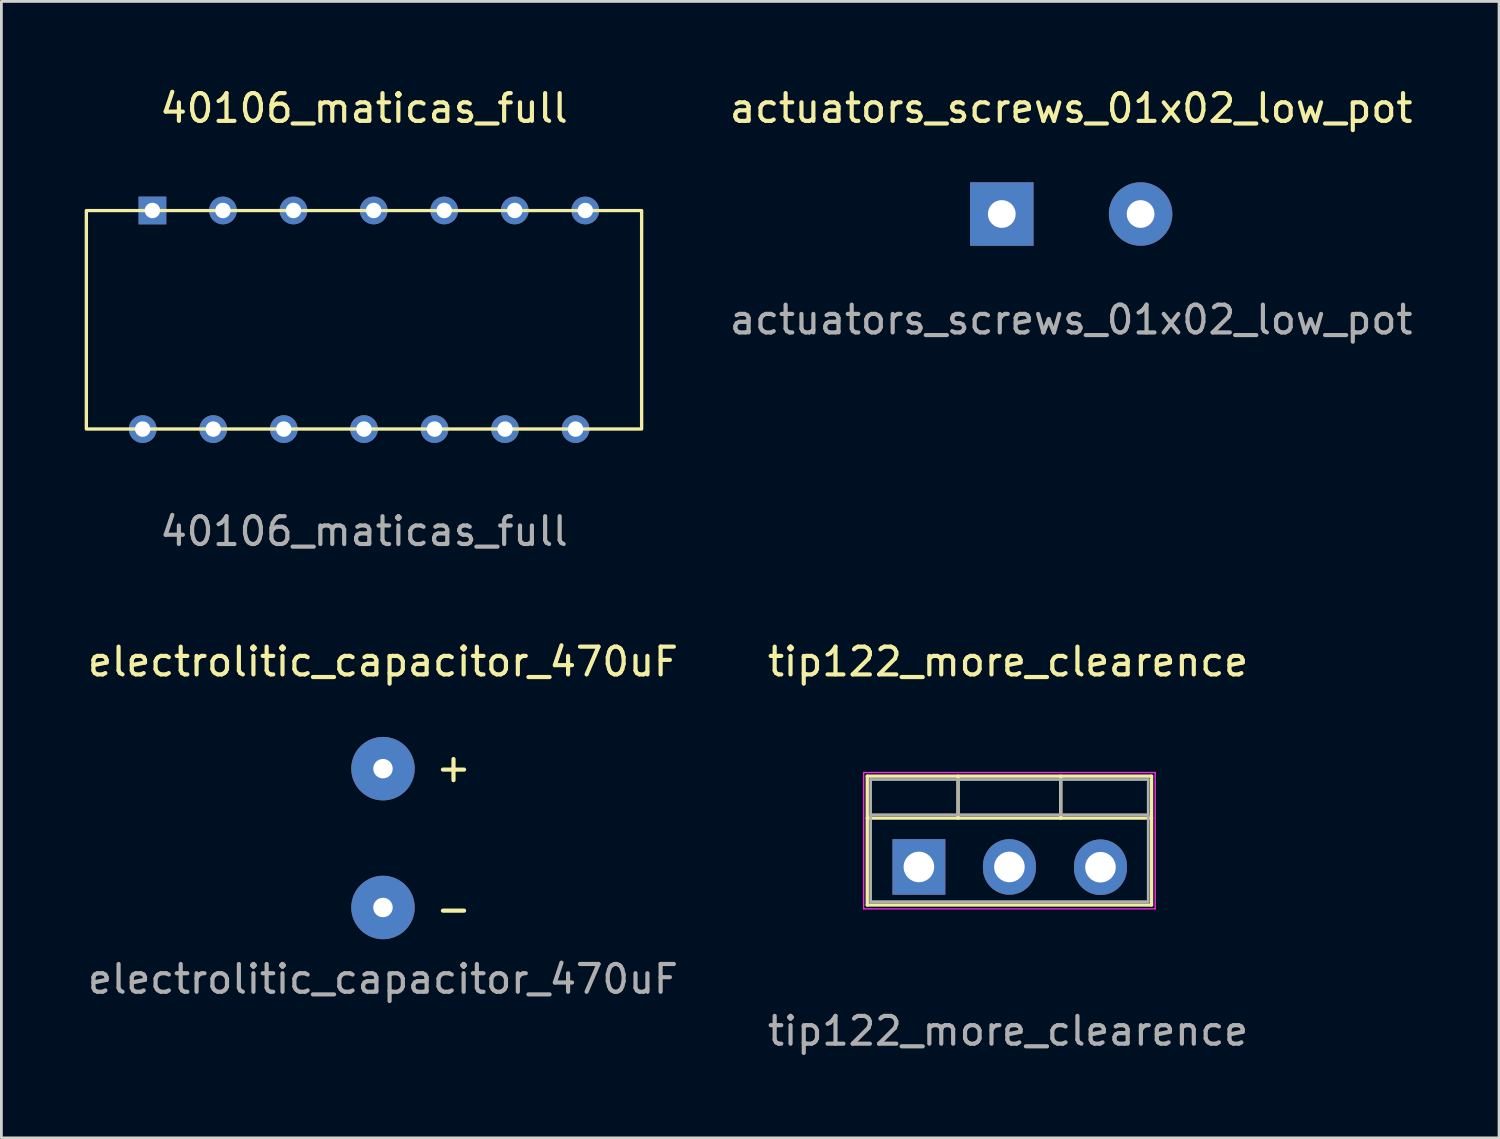
<source format=kicad_pcb>
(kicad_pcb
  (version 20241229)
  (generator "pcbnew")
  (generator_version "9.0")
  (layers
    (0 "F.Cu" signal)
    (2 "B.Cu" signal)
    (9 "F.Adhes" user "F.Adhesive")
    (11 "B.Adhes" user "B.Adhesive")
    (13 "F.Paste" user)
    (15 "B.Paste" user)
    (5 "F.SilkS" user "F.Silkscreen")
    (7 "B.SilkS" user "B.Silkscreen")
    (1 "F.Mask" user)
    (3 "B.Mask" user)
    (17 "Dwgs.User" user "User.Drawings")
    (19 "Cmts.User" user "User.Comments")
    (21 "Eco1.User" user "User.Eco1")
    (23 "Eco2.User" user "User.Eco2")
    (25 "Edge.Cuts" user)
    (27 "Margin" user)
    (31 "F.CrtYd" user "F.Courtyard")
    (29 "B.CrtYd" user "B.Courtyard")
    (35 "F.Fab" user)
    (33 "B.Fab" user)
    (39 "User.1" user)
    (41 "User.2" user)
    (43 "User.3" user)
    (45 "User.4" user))
  (footprint "tip122_more_clearence"
    (layer "F.Cu")
    (at 33.256 27.385)
    (property "Reference" "tip122_more_clearence" (at 0 -6.6 0) (unlocked yes) (layer "F.SilkS") (effects (font (size 1 1) (thickness 0.15))))
    (attr smd)
    (fp_line (start -5.07 -2.48) (end -5.07 2.161) (stroke (width 0.12) (type solid)) (layer "F.SilkS"))
    (fp_line (start -5.07 -2.48) (end 5.17 -2.48) (stroke (width 0.12) (type solid)) (layer "F.SilkS"))
    (fp_line (start -5.07 -0.97) (end 5.17 -0.97) (stroke (width 0.12) (type solid)) (layer "F.SilkS"))
    (fp_line (start -5.07 2.161) (end 5.17 2.161) (stroke (width 0.12) (type solid)) (layer "F.SilkS"))
    (fp_line (start -1.8 -2.48) (end -1.8 -0.97) (stroke (width 0.12) (type solid)) (layer "F.SilkS"))
    (fp_line (start 1.901 -2.48) (end 1.901 -0.97) (stroke (width 0.12) (type solid)) (layer "F.SilkS"))
    (fp_line (start 5.17 -2.48) (end 5.17 2.161) (stroke (width 0.12) (type solid)) (layer "F.SilkS"))
    (fp_line (start -5.2 -2.61) (end -5.2 2.3) (stroke (width 0.05) (type solid)) (layer "F.CrtYd"))
    (fp_line (start -5.2 2.3) (end 5.3 2.3) (stroke (width 0.05) (type solid)) (layer "F.CrtYd"))
    (fp_line (start 5.3 -2.61) (end -5.2 -2.61) (stroke (width 0.05) (type solid)) (layer "F.CrtYd"))
    (fp_line (start 5.3 2.3) (end 5.3 -2.61) (stroke (width 0.05) (type solid)) (layer "F.CrtYd"))
    (fp_line (start -4.95 -2.36) (end -4.95 2.04) (stroke (width 0.1) (type solid)) (layer "F.Fab"))
    (fp_line (start -4.95 -1.09) (end 5.05 -1.09) (stroke (width 0.1) (type solid)) (layer "F.Fab"))
    (fp_line (start -4.95 2.04) (end 5.05 2.04) (stroke (width 0.1) (type solid)) (layer "F.Fab"))
    (fp_line (start -1.8 -2.36) (end -1.8 -1.09) (stroke (width 0.1) (type solid)) (layer "F.Fab"))
    (fp_line (start 1.9 -2.36) (end 1.9 -1.09) (stroke (width 0.1) (type solid)) (layer "F.Fab"))
    (fp_line (start 5.05 -2.36) (end -4.95 -2.36) (stroke (width 0.1) (type solid)) (layer "F.Fab"))
    (fp_line (start 5.05 2.04) (end 5.05 -2.36) (stroke (width 0.1) (type solid)) (layer "F.Fab"))
    (fp_text user "${REFERENCE}" (at 0 6.7 0) (unlocked yes) (layer "F.Fab") (effects (font (size 1 1) (thickness 0.15))))
    (pad "1" thru_hole rect (at -3.21 0.79) (size 1.905 2) (drill 1.1) (layers "*.Cu" "*.Mask"))
    (pad "2" thru_hole oval (at 0.05 0.79) (size 1.905 2) (drill 1.1) (layers "*.Cu" "*.Mask"))
    (pad "3" thru_hole oval (at 3.33 0.8) (size 1.905 2) (drill 1.1) (layers "*.Cu" "*.Mask")))
  (footprint "40106_maticas_full"
    (layer "F.Cu")
    (at 10.06 8.468)
    (property "Reference" "40106_maticas_full" (at 0 -7.62 0) (unlocked yes) (layer "F.SilkS") (effects (font (size 1 1) (thickness 0.15))))
    (attr through_hole)
    (fp_rect (start -10 -3.934) (end 10 3.934) (stroke (width 0.12) (type solid)) (fill no) (layer "F.SilkS"))
    (fp_text user "${REFERENCE}" (at 0 7.62 0) (unlocked yes) (layer "F.Fab") (effects (font (size 1 1) (thickness 0.15))))
    (pad "1" thru_hole circle (at -7.97 3.937) (size 1 1) (drill 0.555) (layers "*.Cu" "*.Mask"))
    (pad "2" thru_hole circle (at -5.429 3.937) (size 1 1) (drill 0.555) (layers "*.Cu" "*.Mask"))
    (pad "3" thru_hole circle (at -2.889 3.937) (size 1 1) (drill 0.555) (layers "*.Cu" "*.Mask"))
    (pad "4" thru_hole circle (at 0 3.937) (size 1 1) (drill 0.555) (layers "*.Cu" "*.Mask"))
    (pad "5" thru_hole circle (at 2.54 3.937) (size 1 1) (drill 0.555) (layers "*.Cu" "*.Mask"))
    (pad "6" thru_hole circle (at 5.08 3.937) (size 1 1) (drill 0.555) (layers "*.Cu" "*.Mask"))
    (pad "7" thru_hole circle (at 7.62 3.937) (size 1 1) (drill 0.555) (layers "*.Cu" "*.Mask"))
    (pad "8" thru_hole circle (at 7.97 -3.937) (size 1 1) (drill 0.555) (layers "*.Cu" "*.Mask"))
    (pad "9" thru_hole circle (at 5.429 -3.937) (size 1 1) (drill 0.555) (layers "*.Cu" "*.Mask"))
    (pad "10" thru_hole circle (at 2.889 -3.937) (size 1 1) (drill 0.555) (layers "*.Cu" "*.Mask"))
    (pad "11" thru_hole circle (at 0.349 -3.937) (size 1 1) (drill 0.555) (layers "*.Cu" "*.Mask"))
    (pad "12" thru_hole circle (at -2.54 -3.937) (size 1 1) (drill 0.555) (layers "*.Cu" "*.Mask"))
    (pad "13" thru_hole circle (at -5.08 -3.937) (size 1 1) (drill 0.555) (layers "*.Cu" "*.Mask"))
    (pad "14" thru_hole rect (at -7.62 -3.937) (size 1 1) (drill 0.555) (layers "*.Cu" "*.Mask")))
  (footprint "actuators_screws_01x02_low_pot"
    (layer "F.Cu")
    (at 35.531 4.658)
    (property "Reference" "actuators_screws_01x02_low_pot" (at 0 -3.81 0) (unlocked yes) (layer "F.SilkS") (effects (font (size 1 1) (thickness 0.15))))
    (attr smd)
    (fp_text user "${REFERENCE}" (at 0 3.81 0) (unlocked yes) (layer "F.Fab") (effects (font (size 1 1) (thickness 0.15))))
    (pad "1" thru_hole rect (at -2.5 0) (size 2.286 2.286) (drill 1) (layers "*.Cu" "*.Mask"))
    (pad "2" thru_hole circle (at 2.5 0) (size 2.286 2.286) (drill 1) (layers "*.Cu" "*.Mask")))
  (footprint "electrolitic_capacitor_470uF"
    (layer "F.Cu")
    (at 10.744 27.135)
    (property "Reference" "electrolitic_capacitor_470uF" (at 0 -6.35 0) (unlocked yes) (layer "F.SilkS") (effects (font (size 1 1) (thickness 0.15))))
    (attr smd)
    (fp_text user "-" (at 2.54 2.54 0) (unlocked yes) (layer "F.SilkS") (effects (font (size 1 1) (thickness 0.15))))
    (fp_text user "+" (at 2.54 -2.54 0) (unlocked yes) (layer "F.SilkS") (effects (font (size 1 1) (thickness 0.15))))
    (fp_text user "${REFERENCE}" (at 0 5.08 0) (unlocked yes) (layer "F.Fab") (effects (font (size 1 1) (thickness 0.15))))
    (pad "1" thru_hole circle (at 0 -2.5) (size 2.286 2.286) (drill 0.7) (layers "*.Cu" "*.Mask"))
    (pad "2" thru_hole circle (at 0 2.5) (size 2.286 2.286) (drill 0.7) (layers "*.Cu" "*.Mask")))
  (gr_rect
    (start -3 -3)
    (end 50.941 37.933)
    (stroke (width 0.1) (type default))
    (fill no)
    (layer "Edge.Cuts")))
</source>
